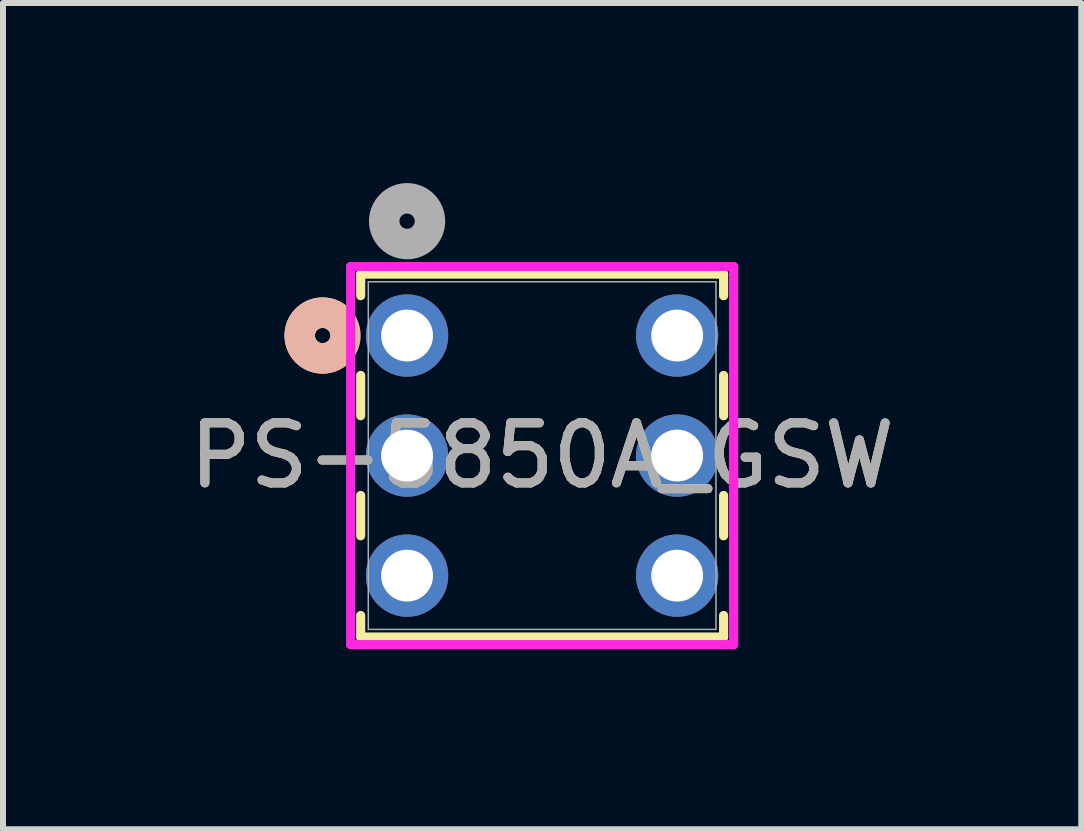
<source format=kicad_pcb>
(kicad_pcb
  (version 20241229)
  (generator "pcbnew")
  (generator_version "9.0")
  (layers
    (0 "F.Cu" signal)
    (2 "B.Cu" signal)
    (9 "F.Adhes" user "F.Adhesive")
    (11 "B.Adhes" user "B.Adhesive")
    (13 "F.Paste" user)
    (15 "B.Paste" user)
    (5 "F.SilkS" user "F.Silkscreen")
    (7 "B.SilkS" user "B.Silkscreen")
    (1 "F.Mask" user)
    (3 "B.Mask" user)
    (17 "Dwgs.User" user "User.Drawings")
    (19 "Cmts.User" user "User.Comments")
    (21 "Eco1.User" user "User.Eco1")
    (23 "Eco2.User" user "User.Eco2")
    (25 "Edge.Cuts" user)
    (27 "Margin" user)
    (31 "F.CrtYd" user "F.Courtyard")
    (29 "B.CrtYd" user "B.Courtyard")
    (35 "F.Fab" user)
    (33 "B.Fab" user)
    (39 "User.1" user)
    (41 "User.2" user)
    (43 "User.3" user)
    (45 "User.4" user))
  (footprint "PS-5850A_GSW"
    (layer "F.Cu")
    (at 3.732 2.54)
    (property "Reference" "PS-5850A_GSW" (at 2.25 2 0) (unlocked yes) (layer "F.SilkS") (effects (font (size 1 1) (thickness 0.15))))
    (attr through_hole)
    (fp_line (start -0.773 -1.023) (end -0.773 -0.664) (stroke (width 0.152) (type solid)) (layer "F.SilkS"))
    (fp_line (start -0.773 0.664) (end -0.773 1.336) (stroke (width 0.152) (type solid)) (layer "F.SilkS"))
    (fp_line (start -0.773 2.664) (end -0.773 3.336) (stroke (width 0.152) (type solid)) (layer "F.SilkS"))
    (fp_line (start -0.773 4.664) (end -0.773 5.023) (stroke (width 0.152) (type solid)) (layer "F.SilkS"))
    (fp_line (start -0.773 5.023) (end 5.273 5.023) (stroke (width 0.152) (type solid)) (layer "F.SilkS"))
    (fp_line (start 5.273 -1.023) (end -0.773 -1.023) (stroke (width 0.152) (type solid)) (layer "F.SilkS"))
    (fp_line (start 5.273 -0.664) (end 5.273 -1.023) (stroke (width 0.152) (type solid)) (layer "F.SilkS"))
    (fp_line (start 5.273 1.336) (end 5.273 0.664) (stroke (width 0.152) (type solid)) (layer "F.SilkS"))
    (fp_line (start 5.273 3.336) (end 5.273 2.664) (stroke (width 0.152) (type solid)) (layer "F.SilkS"))
    (fp_line (start 5.273 5.023) (end 5.273 4.664) (stroke (width 0.152) (type solid)) (layer "F.SilkS"))
    (fp_arc (start -1.16063 0.290116) (mid -1.788599 0) (end -1.16063 -0.290116) (stroke (width 0.508) (type solid)) (layer "F.SilkS"))
    (fp_circle (center -1.408 0) (end -1.027 0) (stroke (width 0.508) (type solid)) (fill no) (layer "B.SilkS"))
    (fp_line (start -0.94 -1.15) (end -0.94 5.15) (stroke (width 0.152) (type solid)) (layer "F.CrtYd"))
    (fp_line (start -0.94 5.15) (end 5.44 5.15) (stroke (width 0.152) (type solid)) (layer "F.CrtYd"))
    (fp_line (start 5.44 -1.15) (end -0.94 -1.15) (stroke (width 0.152) (type solid)) (layer "F.CrtYd"))
    (fp_line (start 5.44 5.15) (end 5.44 -1.15) (stroke (width 0.152) (type solid)) (layer "F.CrtYd"))
    (fp_line (start -0.646 -0.896) (end -0.646 4.896) (stroke (width 0.025) (type solid)) (layer "F.Fab"))
    (fp_line (start -0.646 4.896) (end 5.146 4.896) (stroke (width 0.025) (type solid)) (layer "F.Fab"))
    (fp_line (start 5.146 -0.896) (end -0.646 -0.896) (stroke (width 0.025) (type solid)) (layer "F.Fab"))
    (fp_line (start 5.146 4.896) (end 5.146 -0.896) (stroke (width 0.025) (type solid)) (layer "F.Fab"))
    (fp_circle (center 0 -1.905) (end 0.381 -1.905) (stroke (width 0.508) (type solid)) (fill no) (layer "F.Fab"))
    (fp_text user "${REFERENCE}" (at 2.25 2 0) (unlocked yes) (layer "F.Fab") (effects (font (size 1 1) (thickness 0.15))))
    (pad "1" thru_hole circle (at 0 0) (size 1.372 1.372) (drill 0.864) (layers "*.Cu" "*.Mask"))
    (pad "2" thru_hole circle (at 0 2) (size 1.372 1.372) (drill 0.864) (layers "*.Cu" "*.Mask"))
    (pad "3" thru_hole circle (at 0 4) (size 1.372 1.372) (drill 0.864) (layers "*.Cu" "*.Mask"))
    (pad "4" thru_hole circle (at 4.5 0) (size 1.372 1.372) (drill 0.864) (layers "*.Cu" "*.Mask"))
    (pad "5" thru_hole circle (at 4.5 2) (size 1.372 1.372) (drill 0.864) (layers "*.Cu" "*.Mask"))
    (pad "6" thru_hole circle (at 4.5 4) (size 1.372 1.372) (drill 0.864) (layers "*.Cu" "*.Mask")))
  (gr_rect
    (start -3 -3)
    (end 14.964 10.766)
    (stroke (width 0.1) (type default))
    (fill no)
    (layer "Edge.Cuts")))
</source>
